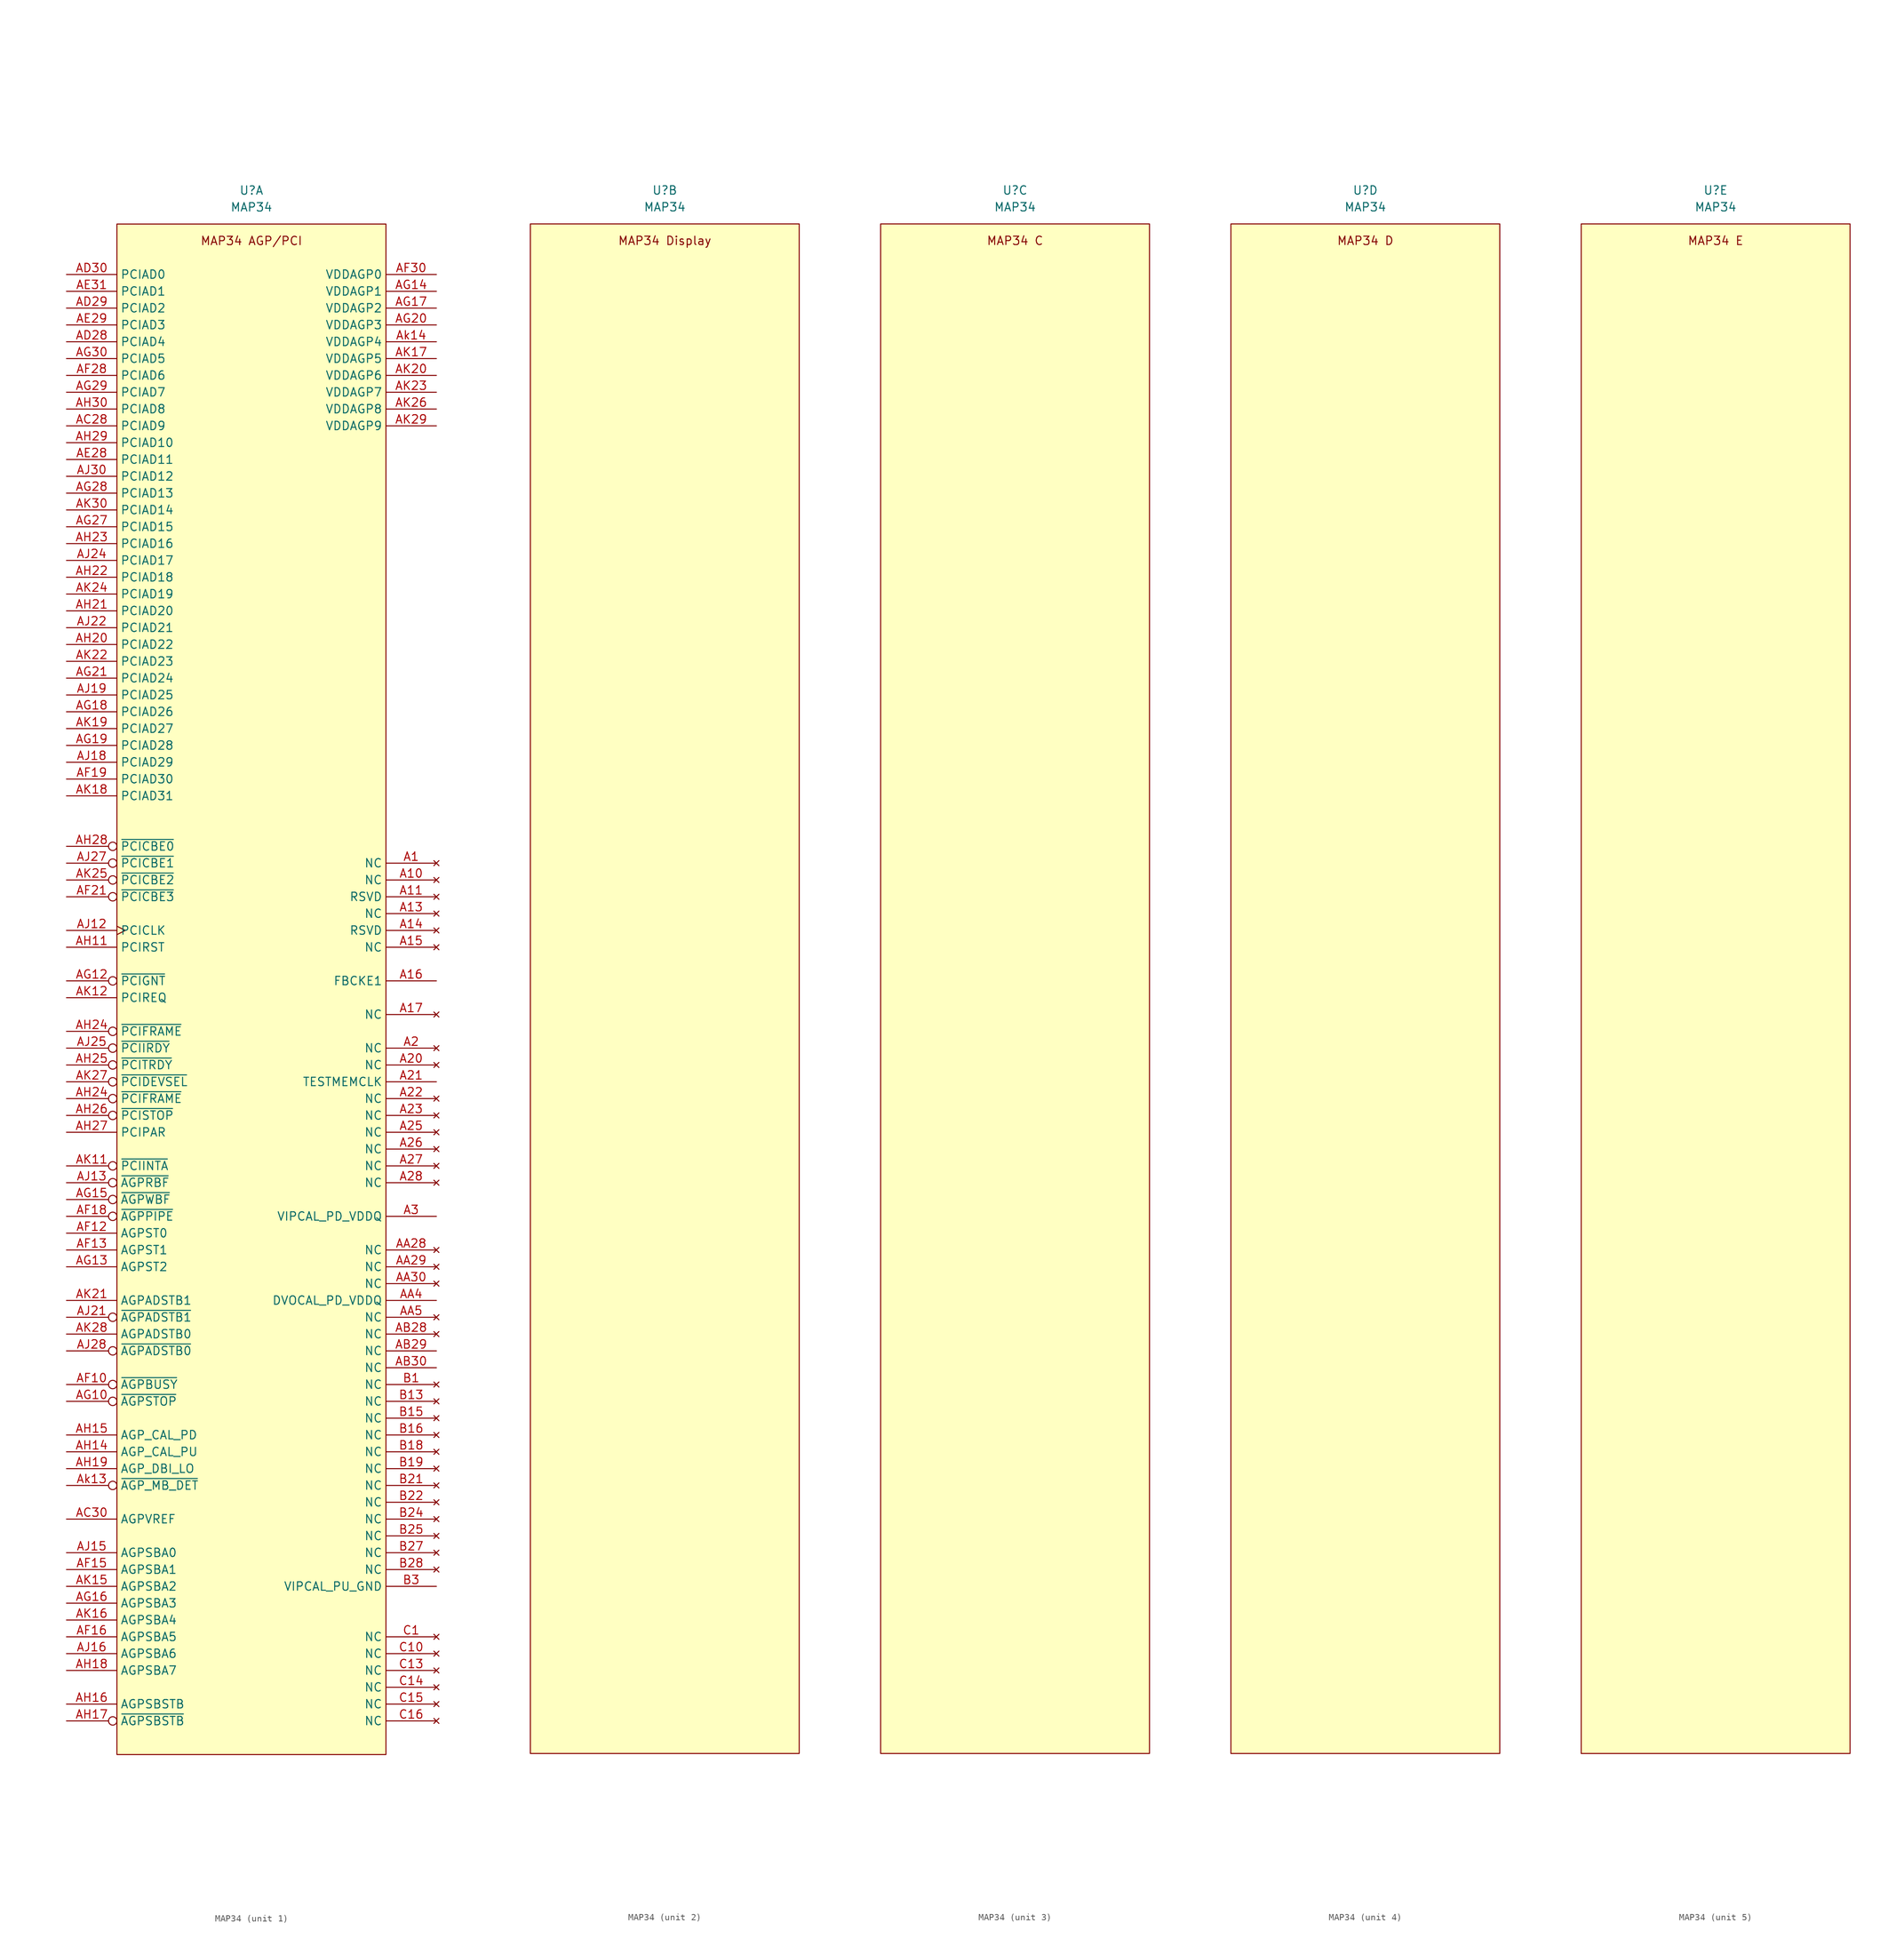
<source format=kicad_sym>
(kicad_symbol_lib
  (version 20211014)
  (generator kicad_symbol_editor)
  (symbol "MAP34"
    (property "Reference" "U"
      (at 0 119.38 0)
      (effects (font (size 1.27 1.27))))
    (property "Value" "MAP34"
      (at 0 116.84 0)
      (effects (font (size 1.27 1.27))))
    (property "ki_locked" ""
      (at 0 0 0)
      (effects (font (size 1.27 1.27))))
    (symbol "MAP34_1_1"
      (rectangle (start -20.32 114.3) (end 20.32 -116.84) (stroke (width 0.152) (type default) (color 0 0 0 0)) (fill (type background)))
      (text "MAP34 AGP/PCI" (at 0 111.76 0) (effects (font (size 1.27 1.27))))
      (pin no_connect line (at 27.94 17.78 180) (length 7.62) (name "NC" (effects (font (size 1.27 1.27)))) (number "A1" (effects (font (size 1.27 1.27)))))
      (pin no_connect line (at 27.94 15.24 180) (length 7.62) (name "NC" (effects (font (size 1.27 1.27)))) (number "A10" (effects (font (size 1.27 1.27)))))
      (pin no_connect line (at 27.94 12.7 180) (length 7.62) (name "RSVD" (effects (font (size 1.27 1.27)))) (number "A11" (effects (font (size 1.27 1.27)))))
      (pin no_connect line (at 27.94 10.16 180) (length 7.62) (name "NC" (effects (font (size 1.27 1.27)))) (number "A13" (effects (font (size 1.27 1.27)))))
      (pin no_connect line (at 27.94 7.62 180) (length 7.62) (name "RSVD" (effects (font (size 1.27 1.27)))) (number "A14" (effects (font (size 1.27 1.27)))))
      (pin no_connect line (at 27.94 5.08 180) (length 7.62) (name "NC" (effects (font (size 1.27 1.27)))) (number "A15" (effects (font (size 1.27 1.27)))))
      (pin power_in line (at 27.94 0 180) (length 7.62) (name "FBCKE1" (effects (font (size 1.27 1.27)))) (number "A16" (effects (font (size 1.27 1.27)))))
      (pin no_connect line (at 27.94 -5.08 180) (length 7.62) (name "NC" (effects (font (size 1.27 1.27)))) (number "A17" (effects (font (size 1.27 1.27)))))
      (pin no_connect line (at 27.94 -10.16 180) (length 7.62) (name "NC" (effects (font (size 1.27 1.27)))) (number "A2" (effects (font (size 1.27 1.27)))))
      (pin no_connect line (at 27.94 -12.7 180) (length 7.62) (name "NC" (effects (font (size 1.27 1.27)))) (number "A20" (effects (font (size 1.27 1.27)))))
      (pin power_in line (at 27.94 -15.24 180) (length 7.62) (name "TESTMEMCLK" (effects (font (size 1.27 1.27)))) (number "A21" (effects (font (size 1.27 1.27)))))
      (pin no_connect line (at 27.94 -17.78 180) (length 7.62) (name "NC" (effects (font (size 1.27 1.27)))) (number "A22" (effects (font (size 1.27 1.27)))))
      (pin no_connect line (at 27.94 -20.32 180) (length 7.62) (name "NC" (effects (font (size 1.27 1.27)))) (number "A23" (effects (font (size 1.27 1.27)))))
      (pin no_connect line (at 27.94 -22.86 180) (length 7.62) (name "NC" (effects (font (size 1.27 1.27)))) (number "A25" (effects (font (size 1.27 1.27)))))
      (pin no_connect line (at 27.94 -25.4 180) (length 7.62) (name "NC" (effects (font (size 1.27 1.27)))) (number "A26" (effects (font (size 1.27 1.27)))))
      (pin no_connect line (at 27.94 -27.94 180) (length 7.62) (name "NC" (effects (font (size 1.27 1.27)))) (number "A27" (effects (font (size 1.27 1.27)))))
      (pin no_connect line (at 27.94 -30.48 180) (length 7.62) (name "NC" (effects (font (size 1.27 1.27)))) (number "A28" (effects (font (size 1.27 1.27)))))
      (pin power_in line (at 27.94 -35.56 180) (length 7.62) (name "VIPCAL_PD_VDDQ" (effects (font (size 1.27 1.27)))) (number "A3" (effects (font (size 1.27 1.27)))))
      (pin no_connect line (at 27.94 -40.64 180) (length 7.62) (name "NC" (effects (font (size 1.27 1.27)))) (number "AA28" (effects (font (size 1.27 1.27)))))
      (pin no_connect line (at 27.94 -43.18 180) (length 7.62) (name "NC" (effects (font (size 1.27 1.27)))) (number "AA29" (effects (font (size 1.27 1.27)))))
      (pin no_connect line (at 27.94 -45.72 180) (length 7.62) (name "NC" (effects (font (size 1.27 1.27)))) (number "AA30" (effects (font (size 1.27 1.27)))))
      (pin power_in line (at 27.94 -48.26 180) (length 7.62) (name "DVOCAL_PD_VDDQ" (effects (font (size 1.27 1.27)))) (number "AA4" (effects (font (size 1.27 1.27)))))
      (pin no_connect line (at 27.94 -50.8 180) (length 7.62) (name "NC" (effects (font (size 1.27 1.27)))) (number "AA5" (effects (font (size 1.27 1.27)))))
      (pin no_connect line (at 27.94 -53.34 180) (length 7.62) (name "NC" (effects (font (size 1.27 1.27)))) (number "AB28" (effects (font (size 1.27 1.27)))))
      (pin power_in line (at 27.94 -55.88 180) (length 7.62) (name "NC" (effects (font (size 1.27 1.27)))) (number "AB29" (effects (font (size 1.27 1.27)))))
      (pin power_in line (at 27.94 -58.42 180) (length 7.62) (name "NC" (effects (font (size 1.27 1.27)))) (number "AB30" (effects (font (size 1.27 1.27)))))
      (pin bidirectional line (at -27.94 83.82 0) (length 7.62) (name "PCIAD9" (effects (font (size 1.27 1.27)))) (number "AC28" (effects (font (size 1.27 1.27)))))
      (pin power_in line (at -27.94 -81.28 0) (length 7.62) (name "AGPVREF" (effects (font (size 1.27 1.27)))) (number "AC30" (effects (font (size 1.27 1.27)))))
      (pin bidirectional line (at -27.94 96.52 0) (length 7.62) (name "PCIAD4" (effects (font (size 1.27 1.27)))) (number "AD28" (effects (font (size 1.27 1.27)))))
      (pin bidirectional line (at -27.94 101.6 0) (length 7.62) (name "PCIAD2" (effects (font (size 1.27 1.27)))) (number "AD29" (effects (font (size 1.27 1.27)))))
      (pin bidirectional line (at -27.94 106.68 0) (length 7.62) (name "PCIAD0" (effects (font (size 1.27 1.27)))) (number "AD30" (effects (font (size 1.27 1.27)))))
      (pin bidirectional line (at -27.94 78.74 0) (length 7.62) (name "PCIAD11" (effects (font (size 1.27 1.27)))) (number "AE28" (effects (font (size 1.27 1.27)))))
      (pin bidirectional line (at -27.94 99.06 0) (length 7.62) (name "PCIAD3" (effects (font (size 1.27 1.27)))) (number "AE29" (effects (font (size 1.27 1.27)))))
      (pin bidirectional line (at -27.94 104.14 0) (length 7.62) (name "PCIAD1" (effects (font (size 1.27 1.27)))) (number "AE31" (effects (font (size 1.27 1.27)))))
      (pin output inverted (at -27.94 -60.96 0) (length 7.62) (name "~{AGPBUSY}" (effects (font (size 1.27 1.27)))) (number "AF10" (effects (font (size 1.27 1.27)))))
      (pin input line (at -27.94 -38.1 0) (length 7.62) (name "AGPST0" (effects (font (size 1.27 1.27)))) (number "AF12" (effects (font (size 1.27 1.27)))))
      (pin input line (at -27.94 -40.64 0) (length 7.62) (name "AGPST1" (effects (font (size 1.27 1.27)))) (number "AF13" (effects (font (size 1.27 1.27)))))
      (pin output line (at -27.94 -88.9 0) (length 7.62) (name "AGPSBA1" (effects (font (size 1.27 1.27)))) (number "AF15" (effects (font (size 1.27 1.27)))))
      (pin output line (at -27.94 -99.06 0) (length 7.62) (name "AGPSBA5" (effects (font (size 1.27 1.27)))) (number "AF16" (effects (font (size 1.27 1.27)))))
      (pin bidirectional inverted (at -27.94 -35.56 0) (length 7.62) (name "~{AGPPIPE}" (effects (font (size 1.27 1.27)))) (number "AF18" (effects (font (size 1.27 1.27)))))
      (pin bidirectional line (at -27.94 30.48 0) (length 7.62) (name "PCIAD30" (effects (font (size 1.27 1.27)))) (number "AF19" (effects (font (size 1.27 1.27)))))
      (pin bidirectional inverted (at -27.94 12.7 0) (length 7.62) (name "~{PCICBE3}" (effects (font (size 1.27 1.27)))) (number "AF21" (effects (font (size 1.27 1.27)))))
      (pin bidirectional line (at -27.94 91.44 0) (length 7.62) (name "PCIAD6" (effects (font (size 1.27 1.27)))) (number "AF28" (effects (font (size 1.27 1.27)))))
      (pin power_in line (at 27.94 106.68 180) (length 7.62) (name "VDDAGP0" (effects (font (size 1.27 1.27)))) (number "AF30" (effects (font (size 1.27 1.27)))))
      (pin input inverted (at -27.94 -63.5 0) (length 7.62) (name "~{AGPSTOP}" (effects (font (size 1.27 1.27)))) (number "AG10" (effects (font (size 1.27 1.27)))))
      (pin input inverted (at -27.94 0 0) (length 7.62) (name "~{PCIGNT}" (effects (font (size 1.27 1.27)))) (number "AG12" (effects (font (size 1.27 1.27)))))
      (pin input line (at -27.94 -43.18 0) (length 7.62) (name "AGPST2" (effects (font (size 1.27 1.27)))) (number "AG13" (effects (font (size 1.27 1.27)))))
      (pin power_in line (at 27.94 104.14 180) (length 7.62) (name "VDDAGP1" (effects (font (size 1.27 1.27)))) (number "AG14" (effects (font (size 1.27 1.27)))))
      (pin output inverted (at -27.94 -33.02 0) (length 7.62) (name "~{AGPWBF}" (effects (font (size 1.27 1.27)))) (number "AG15" (effects (font (size 1.27 1.27)))))
      (pin output line (at -27.94 -93.98 0) (length 7.62) (name "AGPSBA3" (effects (font (size 1.27 1.27)))) (number "AG16" (effects (font (size 1.27 1.27)))))
      (pin power_in line (at 27.94 101.6 180) (length 7.62) (name "VDDAGP2" (effects (font (size 1.27 1.27)))) (number "AG17" (effects (font (size 1.27 1.27)))))
      (pin bidirectional line (at -27.94 40.64 0) (length 7.62) (name "PCIAD26" (effects (font (size 1.27 1.27)))) (number "AG18" (effects (font (size 1.27 1.27)))))
      (pin bidirectional line (at -27.94 35.56 0) (length 7.62) (name "PCIAD28" (effects (font (size 1.27 1.27)))) (number "AG19" (effects (font (size 1.27 1.27)))))
      (pin power_in line (at 27.94 99.06 180) (length 7.62) (name "VDDAGP3" (effects (font (size 1.27 1.27)))) (number "AG20" (effects (font (size 1.27 1.27)))))
      (pin bidirectional line (at -27.94 45.72 0) (length 7.62) (name "PCIAD24" (effects (font (size 1.27 1.27)))) (number "AG21" (effects (font (size 1.27 1.27)))))
      (pin bidirectional line (at -27.94 68.58 0) (length 7.62) (name "PCIAD15" (effects (font (size 1.27 1.27)))) (number "AG27" (effects (font (size 1.27 1.27)))))
      (pin bidirectional line (at -27.94 73.66 0) (length 7.62) (name "PCIAD13" (effects (font (size 1.27 1.27)))) (number "AG28" (effects (font (size 1.27 1.27)))))
      (pin bidirectional line (at -27.94 88.9 0) (length 7.62) (name "PCIAD7" (effects (font (size 1.27 1.27)))) (number "AG29" (effects (font (size 1.27 1.27)))))
      (pin bidirectional line (at -27.94 93.98 0) (length 7.62) (name "PCIAD5" (effects (font (size 1.27 1.27)))) (number "AG30" (effects (font (size 1.27 1.27)))))
      (pin input line (at -27.94 5.08 0) (length 7.62) (name "PCIRST" (effects (font (size 1.27 1.27)))) (number "AH11" (effects (font (size 1.27 1.27)))))
      (pin input line (at -27.94 -71.12 0) (length 7.62) (name "AGP_CAL_PU" (effects (font (size 1.27 1.27)))) (number "AH14" (effects (font (size 1.27 1.27)))))
      (pin input line (at -27.94 -68.58 0) (length 7.62) (name "AGP_CAL_PD" (effects (font (size 1.27 1.27)))) (number "AH15" (effects (font (size 1.27 1.27)))))
      (pin output line (at -27.94 -109.22 0) (length 7.62) (name "AGPSBSTB" (effects (font (size 1.27 1.27)))) (number "AH16" (effects (font (size 1.27 1.27)))))
      (pin output inverted (at -27.94 -111.76 0) (length 7.62) (name "~{AGPSBSTB}" (effects (font (size 1.27 1.27)))) (number "AH17" (effects (font (size 1.27 1.27)))))
      (pin output line (at -27.94 -104.14 0) (length 7.62) (name "AGPSBA7" (effects (font (size 1.27 1.27)))) (number "AH18" (effects (font (size 1.27 1.27)))))
      (pin bidirectional line (at -27.94 -73.66 0) (length 7.62) (name "AGP_DBI_LO" (effects (font (size 1.27 1.27)))) (number "AH19" (effects (font (size 1.27 1.27)))))
      (pin bidirectional line (at -27.94 50.8 0) (length 7.62) (name "PCIAD22" (effects (font (size 1.27 1.27)))) (number "AH20" (effects (font (size 1.27 1.27)))))
      (pin bidirectional line (at -27.94 55.88 0) (length 7.62) (name "PCIAD20" (effects (font (size 1.27 1.27)))) (number "AH21" (effects (font (size 1.27 1.27)))))
      (pin bidirectional line (at -27.94 60.96 0) (length 7.62) (name "PCIAD18" (effects (font (size 1.27 1.27)))) (number "AH22" (effects (font (size 1.27 1.27)))))
      (pin bidirectional line (at -27.94 66.04 0) (length 7.62) (name "PCIAD16" (effects (font (size 1.27 1.27)))) (number "AH23" (effects (font (size 1.27 1.27)))))
      (pin bidirectional inverted (at -27.94 -17.78 0) (length 7.62) (name "~{PCIFRAME}" (effects (font (size 1.27 1.27)))) (number "AH24" (effects (font (size 1.27 1.27)))))
      (pin bidirectional inverted (at -27.94 -7.62 0) (length 7.62) (name "~{PCIFRAME}" (effects (font (size 1.27 1.27)))) (number "AH24" (effects (font (size 1.27 1.27)))))
      (pin bidirectional inverted (at -27.94 -12.7 0) (length 7.62) (name "~{PCITRDY}" (effects (font (size 1.27 1.27)))) (number "AH25" (effects (font (size 1.27 1.27)))))
      (pin bidirectional inverted (at -27.94 -20.32 0) (length 7.62) (name "~{PCISTOP}" (effects (font (size 1.27 1.27)))) (number "AH26" (effects (font (size 1.27 1.27)))))
      (pin bidirectional line (at -27.94 -22.86 0) (length 7.62) (name "PCIPAR" (effects (font (size 1.27 1.27)))) (number "AH27" (effects (font (size 1.27 1.27)))))
      (pin bidirectional inverted (at -27.94 20.32 0) (length 7.62) (name "~{PCICBE0}" (effects (font (size 1.27 1.27)))) (number "AH28" (effects (font (size 1.27 1.27)))))
      (pin bidirectional line (at -27.94 81.28 0) (length 7.62) (name "PCIAD10" (effects (font (size 1.27 1.27)))) (number "AH29" (effects (font (size 1.27 1.27)))))
      (pin bidirectional line (at -27.94 86.36 0) (length 7.62) (name "PCIAD8" (effects (font (size 1.27 1.27)))) (number "AH30" (effects (font (size 1.27 1.27)))))
      (pin input clock (at -27.94 7.62 0) (length 7.62) (name "PCICLK" (effects (font (size 1.27 1.27)))) (number "AJ12" (effects (font (size 1.27 1.27)))))
      (pin output inverted (at -27.94 -30.48 0) (length 7.62) (name "~{AGPRBF}" (effects (font (size 1.27 1.27)))) (number "AJ13" (effects (font (size 1.27 1.27)))))
      (pin output line (at -27.94 -86.36 0) (length 7.62) (name "AGPSBA0" (effects (font (size 1.27 1.27)))) (number "AJ15" (effects (font (size 1.27 1.27)))))
      (pin output line (at -27.94 -101.6 0) (length 7.62) (name "AGPSBA6" (effects (font (size 1.27 1.27)))) (number "AJ16" (effects (font (size 1.27 1.27)))))
      (pin bidirectional line (at -27.94 33.02 0) (length 7.62) (name "PCIAD29" (effects (font (size 1.27 1.27)))) (number "AJ18" (effects (font (size 1.27 1.27)))))
      (pin bidirectional line (at -27.94 43.18 0) (length 7.62) (name "PCIAD25" (effects (font (size 1.27 1.27)))) (number "AJ19" (effects (font (size 1.27 1.27)))))
      (pin input inverted (at -27.94 -50.8 0) (length 7.62) (name "~{AGPADSTB1}" (effects (font (size 1.27 1.27)))) (number "AJ21" (effects (font (size 1.27 1.27)))))
      (pin bidirectional line (at -27.94 53.34 0) (length 7.62) (name "PCIAD21" (effects (font (size 1.27 1.27)))) (number "AJ22" (effects (font (size 1.27 1.27)))))
      (pin bidirectional line (at -27.94 63.5 0) (length 7.62) (name "PCIAD17" (effects (font (size 1.27 1.27)))) (number "AJ24" (effects (font (size 1.27 1.27)))))
      (pin bidirectional inverted (at -27.94 -10.16 0) (length 7.62) (name "~{PCIIRDY}" (effects (font (size 1.27 1.27)))) (number "AJ25" (effects (font (size 1.27 1.27)))))
      (pin bidirectional inverted (at -27.94 17.78 0) (length 7.62) (name "~{PCICBE1}" (effects (font (size 1.27 1.27)))) (number "AJ27" (effects (font (size 1.27 1.27)))))
      (pin input inverted (at -27.94 -55.88 0) (length 7.62) (name "~{AGPADSTB0}" (effects (font (size 1.27 1.27)))) (number "AJ28" (effects (font (size 1.27 1.27)))))
      (pin bidirectional line (at -27.94 76.2 0) (length 7.62) (name "PCIAD12" (effects (font (size 1.27 1.27)))) (number "AJ30" (effects (font (size 1.27 1.27)))))
      (pin input inverted (at -27.94 -27.94 0) (length 7.62) (name "~{PCIINTA}" (effects (font (size 1.27 1.27)))) (number "AK11" (effects (font (size 1.27 1.27)))))
      (pin input line (at -27.94 -2.54 0) (length 7.62) (name "PCIREQ" (effects (font (size 1.27 1.27)))) (number "AK12" (effects (font (size 1.27 1.27)))))
      (pin output line (at -27.94 -91.44 0) (length 7.62) (name "AGPSBA2" (effects (font (size 1.27 1.27)))) (number "AK15" (effects (font (size 1.27 1.27)))))
      (pin output line (at -27.94 -96.52 0) (length 7.62) (name "AGPSBA4" (effects (font (size 1.27 1.27)))) (number "AK16" (effects (font (size 1.27 1.27)))))
      (pin power_in line (at 27.94 93.98 180) (length 7.62) (name "VDDAGP5" (effects (font (size 1.27 1.27)))) (number "AK17" (effects (font (size 1.27 1.27)))))
      (pin bidirectional line (at -27.94 27.94 0) (length 7.62) (name "PCIAD31" (effects (font (size 1.27 1.27)))) (number "AK18" (effects (font (size 1.27 1.27)))))
      (pin bidirectional line (at -27.94 38.1 0) (length 7.62) (name "PCIAD27" (effects (font (size 1.27 1.27)))) (number "AK19" (effects (font (size 1.27 1.27)))))
      (pin power_in line (at 27.94 91.44 180) (length 7.62) (name "VDDAGP6" (effects (font (size 1.27 1.27)))) (number "AK20" (effects (font (size 1.27 1.27)))))
      (pin input line (at -27.94 -48.26 0) (length 7.62) (name "AGPADSTB1" (effects (font (size 1.27 1.27)))) (number "AK21" (effects (font (size 1.27 1.27)))))
      (pin bidirectional line (at -27.94 48.26 0) (length 7.62) (name "PCIAD23" (effects (font (size 1.27 1.27)))) (number "AK22" (effects (font (size 1.27 1.27)))))
      (pin power_in line (at 27.94 88.9 180) (length 7.62) (name "VDDAGP7" (effects (font (size 1.27 1.27)))) (number "AK23" (effects (font (size 1.27 1.27)))))
      (pin bidirectional line (at -27.94 58.42 0) (length 7.62) (name "PCIAD19" (effects (font (size 1.27 1.27)))) (number "AK24" (effects (font (size 1.27 1.27)))))
      (pin bidirectional inverted (at -27.94 15.24 0) (length 7.62) (name "~{PCICBE2}" (effects (font (size 1.27 1.27)))) (number "AK25" (effects (font (size 1.27 1.27)))))
      (pin power_in line (at 27.94 86.36 180) (length 7.62) (name "VDDAGP8" (effects (font (size 1.27 1.27)))) (number "AK26" (effects (font (size 1.27 1.27)))))
      (pin bidirectional inverted (at -27.94 -15.24 0) (length 7.62) (name "~{PCIDEVSEL}" (effects (font (size 1.27 1.27)))) (number "AK27" (effects (font (size 1.27 1.27)))))
      (pin input line (at -27.94 -53.34 0) (length 7.62) (name "AGPADSTB0" (effects (font (size 1.27 1.27)))) (number "AK28" (effects (font (size 1.27 1.27)))))
      (pin power_in line (at 27.94 83.82 180) (length 7.62) (name "VDDAGP9" (effects (font (size 1.27 1.27)))) (number "AK29" (effects (font (size 1.27 1.27)))))
      (pin bidirectional line (at -27.94 71.12 0) (length 7.62) (name "PCIAD14" (effects (font (size 1.27 1.27)))) (number "AK30" (effects (font (size 1.27 1.27)))))
      (pin open_collector inverted (at -27.94 -76.2 0) (length 7.62) (name "~{AGP_MB_DET}" (effects (font (size 1.27 1.27)))) (number "Ak13" (effects (font (size 1.27 1.27)))))
      (pin power_in line (at 27.94 96.52 180) (length 7.62) (name "VDDAGP4" (effects (font (size 1.27 1.27)))) (number "Ak14" (effects (font (size 1.27 1.27)))))
      (pin no_connect line (at 27.94 -60.96 180) (length 7.62) (name "NC" (effects (font (size 1.27 1.27)))) (number "B1" (effects (font (size 1.27 1.27)))))
      (pin no_connect line (at 27.94 -63.5 180) (length 7.62) (name "NC" (effects (font (size 1.27 1.27)))) (number "B13" (effects (font (size 1.27 1.27)))))
      (pin no_connect line (at 27.94 -66.04 180) (length 7.62) (name "NC" (effects (font (size 1.27 1.27)))) (number "B15" (effects (font (size 1.27 1.27)))))
      (pin no_connect line (at 27.94 -68.58 180) (length 7.62) (name "NC" (effects (font (size 1.27 1.27)))) (number "B16" (effects (font (size 1.27 1.27)))))
      (pin no_connect line (at 27.94 -71.12 180) (length 7.62) (name "NC" (effects (font (size 1.27 1.27)))) (number "B18" (effects (font (size 1.27 1.27)))))
      (pin no_connect line (at 27.94 -73.66 180) (length 7.62) (name "NC" (effects (font (size 1.27 1.27)))) (number "B19" (effects (font (size 1.27 1.27)))))
      (pin no_connect line (at 27.94 -76.2 180) (length 7.62) (name "NC" (effects (font (size 1.27 1.27)))) (number "B21" (effects (font (size 1.27 1.27)))))
      (pin no_connect line (at 27.94 -78.74 180) (length 7.62) (name "NC" (effects (font (size 1.27 1.27)))) (number "B22" (effects (font (size 1.27 1.27)))))
      (pin no_connect line (at 27.94 -81.28 180) (length 7.62) (name "NC" (effects (font (size 1.27 1.27)))) (number "B24" (effects (font (size 1.27 1.27)))))
      (pin no_connect line (at 27.94 -83.82 180) (length 7.62) (name "NC" (effects (font (size 1.27 1.27)))) (number "B25" (effects (font (size 1.27 1.27)))))
      (pin no_connect line (at 27.94 -86.36 180) (length 7.62) (name "NC" (effects (font (size 1.27 1.27)))) (number "B27" (effects (font (size 1.27 1.27)))))
      (pin no_connect line (at 27.94 -88.9 180) (length 7.62) (name "NC" (effects (font (size 1.27 1.27)))) (number "B28" (effects (font (size 1.27 1.27)))))
      (pin power_in line (at 27.94 -91.44 180) (length 7.62) (name "VIPCAL_PU_GND" (effects (font (size 1.27 1.27)))) (number "B3" (effects (font (size 1.27 1.27)))))
      (pin no_connect line (at 27.94 -99.06 180) (length 7.62) (name "NC" (effects (font (size 1.27 1.27)))) (number "C1" (effects (font (size 1.27 1.27)))))
      (pin no_connect line (at 27.94 -101.6 180) (length 7.62) (name "NC" (effects (font (size 1.27 1.27)))) (number "C10" (effects (font (size 1.27 1.27)))))
      (pin no_connect line (at 27.94 -104.14 180) (length 7.62) (name "NC" (effects (font (size 1.27 1.27)))) (number "C13" (effects (font (size 1.27 1.27)))))
      (pin no_connect line (at 27.94 -106.68 180) (length 7.62) (name "NC" (effects (font (size 1.27 1.27)))) (number "C14" (effects (font (size 1.27 1.27)))))
      (pin no_connect line (at 27.94 -109.22 180) (length 7.62) (name "NC" (effects (font (size 1.27 1.27)))) (number "C15" (effects (font (size 1.27 1.27)))))
      (pin no_connect line (at 27.94 -111.76 180) (length 7.62) (name "NC" (effects (font (size 1.27 1.27)))) (number "C16" (effects (font (size 1.27 1.27))))))
    (symbol "MAP34_2_1"
      (rectangle (start -20.32 114.3) (end 20.32 -116.84) (stroke (width 0.152) (type default) (color 0 0 0 0)) (fill (type background)))
      (text "MAP34 Display" (at 0 111.76 0) (effects (font (size 1.27 1.27)))))
    (symbol "MAP34_3_1"
      (rectangle (start -20.32 114.3) (end 20.32 -116.84) (stroke (width 0.152) (type default) (color 0 0 0 0)) (fill (type background)))
      (text "MAP34 C" (at 0 111.76 0) (effects (font (size 1.27 1.27)))))
    (symbol "MAP34_4_1"
      (rectangle (start -20.32 114.3) (end 20.32 -116.84) (stroke (width 0.152) (type default) (color 0 0 0 0)) (fill (type background)))
      (text "MAP34 D" (at 0 111.76 0) (effects (font (size 1.27 1.27)))))
    (symbol "MAP34_5_1"
      (rectangle (start -20.32 114.3) (end 20.32 -116.84) (stroke (width 0.152) (type default) (color 0 0 0 0)) (fill (type background)))
      (text "MAP34 E" (at 0 111.76 0) (effects (font (size 1.27 1.27)))))))
</source>
